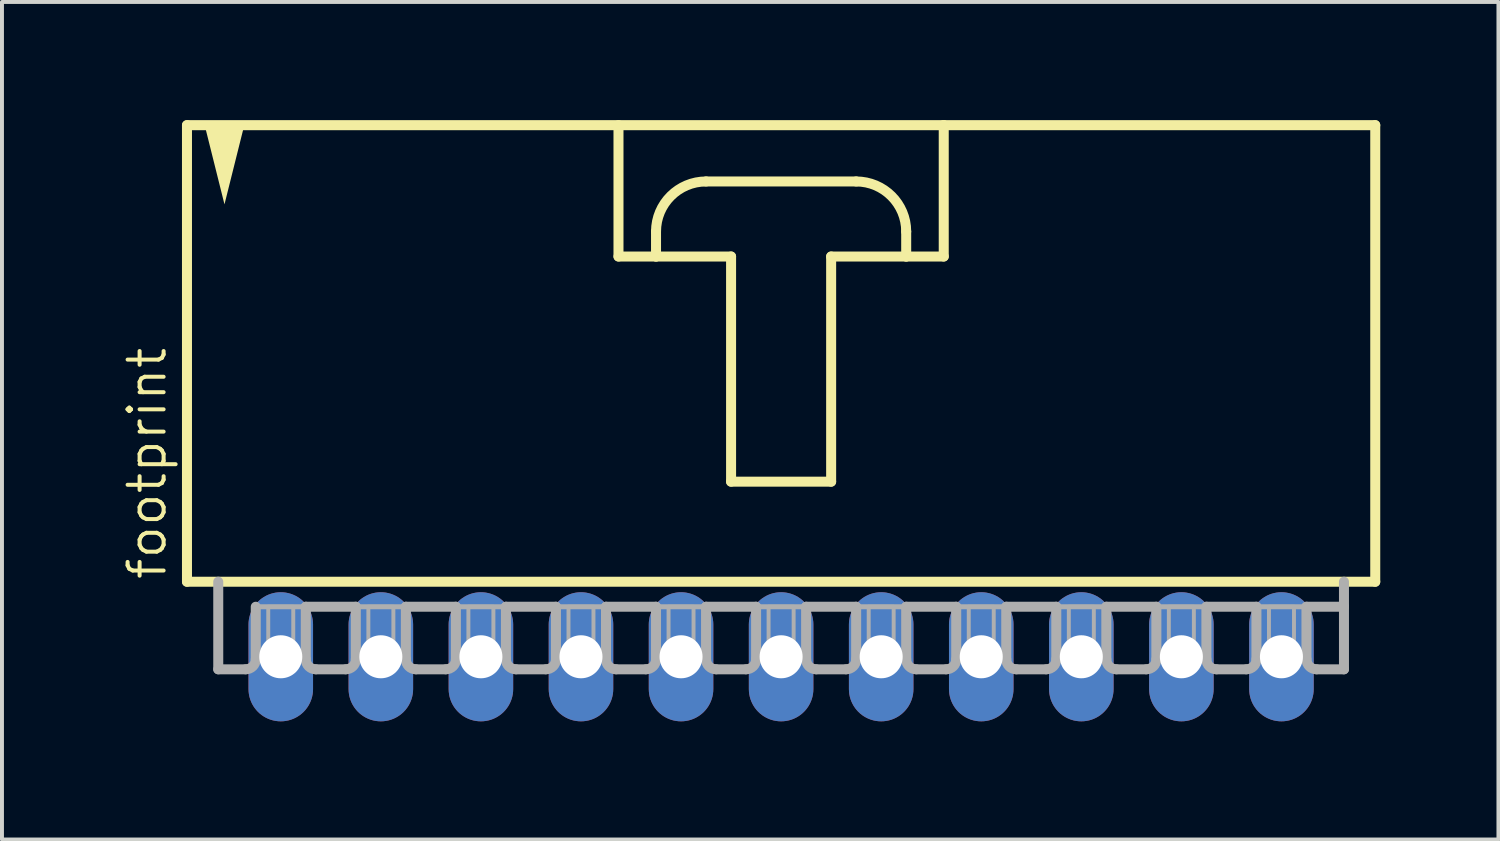
<source format=kicad_pcb>
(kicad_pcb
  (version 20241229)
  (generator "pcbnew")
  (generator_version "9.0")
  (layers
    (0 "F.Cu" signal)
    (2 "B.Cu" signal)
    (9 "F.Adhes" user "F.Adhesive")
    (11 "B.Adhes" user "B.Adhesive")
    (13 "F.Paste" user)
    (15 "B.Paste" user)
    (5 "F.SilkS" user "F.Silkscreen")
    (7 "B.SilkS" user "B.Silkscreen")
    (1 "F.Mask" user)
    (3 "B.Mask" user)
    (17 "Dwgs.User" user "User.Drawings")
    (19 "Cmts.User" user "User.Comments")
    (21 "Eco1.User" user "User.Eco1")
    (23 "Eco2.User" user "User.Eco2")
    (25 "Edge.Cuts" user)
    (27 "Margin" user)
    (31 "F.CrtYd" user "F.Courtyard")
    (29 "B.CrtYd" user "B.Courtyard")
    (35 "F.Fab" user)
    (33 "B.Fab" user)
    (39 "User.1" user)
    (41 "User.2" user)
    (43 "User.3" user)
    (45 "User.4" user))
  (footprint "footprint"
    (layer "F.Cu")
    (at 16.777 6.001)
    (property "Reference" "footprint" (at -15.557 5.715 90) (layer "F.SilkS") (effects (font (size 0.914 0.914) (thickness 0.102)) (justify left bottom)))
    (fp_line (start -15.081 -5.874) (end -15.081 5.715) (stroke (width 0.254) (type solid)) (layer "F.SilkS"))
    (fp_line (start -15.081 5.715) (end 15.081 5.715) (stroke (width 0.254) (type solid)) (layer "F.SilkS"))
    (fp_line (start -4.128 -5.874) (end -4.128 -2.54) (stroke (width 0.254) (type solid)) (layer "F.SilkS"))
    (fp_line (start -4.128 -2.54) (end -3.175 -2.54) (stroke (width 0.254) (type solid)) (layer "F.SilkS"))
    (fp_line (start -3.175 -2.54) (end -3.175 -3.175) (stroke (width 0.254) (type solid)) (layer "F.SilkS"))
    (fp_line (start -3.175 -2.54) (end -1.27 -2.54) (stroke (width 0.254) (type solid)) (layer "F.SilkS"))
    (fp_line (start -1.905 -4.445) (end 1.905 -4.445) (stroke (width 0.254) (type solid)) (layer "F.SilkS"))
    (fp_line (start -1.27 -2.54) (end -1.27 3.175) (stroke (width 0.254) (type solid)) (layer "F.SilkS"))
    (fp_line (start -1.27 3.175) (end 1.27 3.175) (stroke (width 0.254) (type solid)) (layer "F.SilkS"))
    (fp_line (start 1.27 -2.54) (end 3.175 -2.54) (stroke (width 0.254) (type solid)) (layer "F.SilkS"))
    (fp_line (start 1.27 3.175) (end 1.27 -2.54) (stroke (width 0.254) (type solid)) (layer "F.SilkS"))
    (fp_line (start 3.175 -3.175) (end 3.175 -2.54) (stroke (width 0.254) (type solid)) (layer "F.SilkS"))
    (fp_line (start 3.175 -2.54) (end 4.128 -2.54) (stroke (width 0.254) (type solid)) (layer "F.SilkS"))
    (fp_line (start 4.128 -5.874) (end -15.081 -5.874) (stroke (width 0.254) (type solid)) (layer "F.SilkS"))
    (fp_line (start 4.128 -2.54) (end 4.128 -5.874) (stroke (width 0.254) (type solid)) (layer "F.SilkS"))
    (fp_line (start 15.081 -5.874) (end 4.128 -5.874) (stroke (width 0.254) (type solid)) (layer "F.SilkS"))
    (fp_line (start 15.081 5.715) (end 15.081 -5.874) (stroke (width 0.254) (type solid)) (layer "F.SilkS"))
    (fp_arc (start -3.175 -3.175) (mid -2.803026 -4.073026) (end -1.905 -4.445) (stroke (width 0.254) (type solid)) (layer "F.SilkS"))
    (fp_arc (start 1.905 -4.445) (mid 2.803026 -4.073026) (end 3.175 -3.175) (stroke (width 0.254) (type solid)) (layer "F.SilkS"))
    (fp_poly (pts (xy -14.129 -3.864) (xy -14.638 -5.899) (xy -13.62 -5.899)) (stroke (width 0) (type solid)) (fill yes) (layer "F.SilkS"))
    (fp_line (start -14.287 5.715) (end -14.287 7.938) (stroke (width 0.254) (type solid)) (layer "F.Fab"))
    (fp_line (start -13.589 7.938) (end -14.287 7.938) (stroke (width 0.254) (type solid)) (layer "F.Fab"))
    (fp_line (start -13.335 6.35) (end -13.335 7.684) (stroke (width 0.254) (type solid)) (layer "F.Fab"))
    (fp_line (start -13.335 6.35) (end -12.065 6.35) (stroke (width 0.127) (type solid)) (layer "F.Fab"))
    (fp_line (start -12.065 6.35) (end -12.065 7.684) (stroke (width 0.254) (type solid)) (layer "F.Fab"))
    (fp_line (start -12.065 6.35) (end -10.795 6.35) (stroke (width 0.254) (type solid)) (layer "F.Fab"))
    (fp_line (start -11.049 7.938) (end -11.811 7.938) (stroke (width 0.254) (type solid)) (layer "F.Fab"))
    (fp_line (start -10.795 6.35) (end -10.795 7.684) (stroke (width 0.254) (type solid)) (layer "F.Fab"))
    (fp_line (start -10.795 6.35) (end -9.525 6.35) (stroke (width 0.127) (type solid)) (layer "F.Fab"))
    (fp_line (start -9.525 6.35) (end -9.525 7.684) (stroke (width 0.254) (type solid)) (layer "F.Fab"))
    (fp_line (start -9.525 6.35) (end -8.255 6.35) (stroke (width 0.254) (type solid)) (layer "F.Fab"))
    (fp_line (start -8.509 7.938) (end -9.271 7.938) (stroke (width 0.254) (type solid)) (layer "F.Fab"))
    (fp_line (start -8.255 6.35) (end -8.255 7.684) (stroke (width 0.254) (type solid)) (layer "F.Fab"))
    (fp_line (start -8.255 6.35) (end -6.985 6.35) (stroke (width 0.127) (type solid)) (layer "F.Fab"))
    (fp_line (start -6.985 6.35) (end -6.985 7.684) (stroke (width 0.254) (type solid)) (layer "F.Fab"))
    (fp_line (start -6.985 6.35) (end -5.715 6.35) (stroke (width 0.254) (type solid)) (layer "F.Fab"))
    (fp_line (start -5.969 7.938) (end -6.731 7.938) (stroke (width 0.254) (type solid)) (layer "F.Fab"))
    (fp_line (start -5.715 6.35) (end -5.715 7.684) (stroke (width 0.254) (type solid)) (layer "F.Fab"))
    (fp_line (start -5.715 6.35) (end -4.445 6.35) (stroke (width 0.127) (type solid)) (layer "F.Fab"))
    (fp_line (start -4.445 6.35) (end -4.445 7.684) (stroke (width 0.254) (type solid)) (layer "F.Fab"))
    (fp_line (start -4.445 6.35) (end -3.175 6.35) (stroke (width 0.254) (type solid)) (layer "F.Fab"))
    (fp_line (start -3.429 7.938) (end -4.191 7.938) (stroke (width 0.254) (type solid)) (layer "F.Fab"))
    (fp_line (start -3.175 6.35) (end -3.175 7.684) (stroke (width 0.254) (type solid)) (layer "F.Fab"))
    (fp_line (start -3.175 6.35) (end -1.905 6.35) (stroke (width 0.127) (type solid)) (layer "F.Fab"))
    (fp_line (start -1.905 6.35) (end -1.905 7.684) (stroke (width 0.254) (type solid)) (layer "F.Fab"))
    (fp_line (start -1.905 6.35) (end -0.635 6.35) (stroke (width 0.254) (type solid)) (layer "F.Fab"))
    (fp_line (start -0.889 7.938) (end -1.651 7.938) (stroke (width 0.254) (type solid)) (layer "F.Fab"))
    (fp_line (start -0.635 6.35) (end -0.635 7.684) (stroke (width 0.254) (type solid)) (layer "F.Fab"))
    (fp_line (start -0.635 6.35) (end 0.635 6.35) (stroke (width 0.127) (type solid)) (layer "F.Fab"))
    (fp_line (start 0.635 6.35) (end 0.635 7.684) (stroke (width 0.254) (type solid)) (layer "F.Fab"))
    (fp_line (start 0.635 6.35) (end 1.905 6.35) (stroke (width 0.254) (type solid)) (layer "F.Fab"))
    (fp_line (start 1.651 7.938) (end 0.889 7.938) (stroke (width 0.254) (type solid)) (layer "F.Fab"))
    (fp_line (start 1.905 6.35) (end 1.905 7.684) (stroke (width 0.254) (type solid)) (layer "F.Fab"))
    (fp_line (start 1.905 6.35) (end 3.175 6.35) (stroke (width 0.127) (type solid)) (layer "F.Fab"))
    (fp_line (start 3.175 6.35) (end 3.175 7.684) (stroke (width 0.254) (type solid)) (layer "F.Fab"))
    (fp_line (start 3.175 6.35) (end 4.445 6.35) (stroke (width 0.254) (type solid)) (layer "F.Fab"))
    (fp_line (start 4.191 7.938) (end 3.429 7.938) (stroke (width 0.254) (type solid)) (layer "F.Fab"))
    (fp_line (start 4.445 6.35) (end 4.445 7.684) (stroke (width 0.254) (type solid)) (layer "F.Fab"))
    (fp_line (start 4.445 6.35) (end 5.715 6.35) (stroke (width 0.127) (type solid)) (layer "F.Fab"))
    (fp_line (start 5.715 6.35) (end 5.715 7.684) (stroke (width 0.254) (type solid)) (layer "F.Fab"))
    (fp_line (start 5.715 6.35) (end 6.985 6.35) (stroke (width 0.254) (type solid)) (layer "F.Fab"))
    (fp_line (start 6.731 7.938) (end 5.969 7.938) (stroke (width 0.254) (type solid)) (layer "F.Fab"))
    (fp_line (start 6.985 6.35) (end 6.985 7.684) (stroke (width 0.254) (type solid)) (layer "F.Fab"))
    (fp_line (start 6.985 6.35) (end 8.255 6.35) (stroke (width 0.127) (type solid)) (layer "F.Fab"))
    (fp_line (start 8.255 6.35) (end 8.255 7.684) (stroke (width 0.254) (type solid)) (layer "F.Fab"))
    (fp_line (start 8.255 6.35) (end 9.525 6.35) (stroke (width 0.254) (type solid)) (layer "F.Fab"))
    (fp_line (start 9.271 7.938) (end 8.509 7.938) (stroke (width 0.254) (type solid)) (layer "F.Fab"))
    (fp_line (start 9.525 6.35) (end 9.525 7.684) (stroke (width 0.254) (type solid)) (layer "F.Fab"))
    (fp_line (start 9.525 6.35) (end 10.795 6.35) (stroke (width 0.127) (type solid)) (layer "F.Fab"))
    (fp_line (start 10.795 6.35) (end 10.795 7.684) (stroke (width 0.254) (type solid)) (layer "F.Fab"))
    (fp_line (start 10.795 6.35) (end 12.065 6.35) (stroke (width 0.254) (type solid)) (layer "F.Fab"))
    (fp_line (start 11.811 7.938) (end 11.049 7.938) (stroke (width 0.254) (type solid)) (layer "F.Fab"))
    (fp_line (start 12.065 6.35) (end 12.065 7.684) (stroke (width 0.254) (type solid)) (layer "F.Fab"))
    (fp_line (start 12.065 6.35) (end 13.335 6.35) (stroke (width 0.127) (type solid)) (layer "F.Fab"))
    (fp_line (start 13.335 6.35) (end 13.335 7.684) (stroke (width 0.254) (type solid)) (layer "F.Fab"))
    (fp_line (start 13.335 6.35) (end 14.287 6.35) (stroke (width 0.254) (type solid)) (layer "F.Fab"))
    (fp_line (start 13.589 7.938) (end 14.287 7.938) (stroke (width 0.254) (type solid)) (layer "F.Fab"))
    (fp_line (start 14.287 6.35) (end 14.287 5.715) (stroke (width 0.254) (type solid)) (layer "F.Fab"))
    (fp_line (start 14.287 7.938) (end 14.287 6.35) (stroke (width 0.254) (type solid)) (layer "F.Fab"))
    (fp_arc (start -13.335 7.6835) (mid -13.409395 7.863105) (end -13.589 7.9375) (stroke (width 0.254) (type solid)) (layer "F.Fab"))
    (fp_arc (start -11.811 7.9375) (mid -11.990605 7.863105) (end -12.065 7.6835) (stroke (width 0.254) (type solid)) (layer "F.Fab"))
    (fp_arc (start -10.795 7.6835) (mid -10.869395 7.863105) (end -11.049 7.9375) (stroke (width 0.254) (type solid)) (layer "F.Fab"))
    (fp_arc (start -9.271 7.9375) (mid -9.450605 7.863105) (end -9.525 7.6835) (stroke (width 0.254) (type solid)) (layer "F.Fab"))
    (fp_arc (start -8.255 7.6835) (mid -8.329395 7.863105) (end -8.509 7.9375) (stroke (width 0.254) (type solid)) (layer "F.Fab"))
    (fp_arc (start -6.731 7.9375) (mid -6.910605 7.863105) (end -6.985 7.6835) (stroke (width 0.254) (type solid)) (layer "F.Fab"))
    (fp_arc (start -5.715 7.6835) (mid -5.789395 7.863105) (end -5.969 7.9375) (stroke (width 0.254) (type solid)) (layer "F.Fab"))
    (fp_arc (start -4.191 7.9375) (mid -4.370605 7.863105) (end -4.445 7.6835) (stroke (width 0.254) (type solid)) (layer "F.Fab"))
    (fp_arc (start -3.175 7.6835) (mid -3.249395 7.863105) (end -3.429 7.9375) (stroke (width 0.254) (type solid)) (layer "F.Fab"))
    (fp_arc (start -1.651 7.9375) (mid -1.830605 7.863105) (end -1.905 7.6835) (stroke (width 0.254) (type solid)) (layer "F.Fab"))
    (fp_arc (start -0.635 7.6835) (mid -0.709395 7.863105) (end -0.889 7.9375) (stroke (width 0.254) (type solid)) (layer "F.Fab"))
    (fp_arc (start 0.889 7.9375) (mid 0.709395 7.863105) (end 0.635 7.6835) (stroke (width 0.254) (type solid)) (layer "F.Fab"))
    (fp_arc (start 1.905 7.6835) (mid 1.830605 7.863105) (end 1.651 7.9375) (stroke (width 0.254) (type solid)) (layer "F.Fab"))
    (fp_arc (start 3.429 7.9375) (mid 3.249395 7.863105) (end 3.175 7.6835) (stroke (width 0.254) (type solid)) (layer "F.Fab"))
    (fp_arc (start 4.445 7.6835) (mid 4.370605 7.863105) (end 4.191 7.9375) (stroke (width 0.254) (type solid)) (layer "F.Fab"))
    (fp_arc (start 5.969 7.9375) (mid 5.789395 7.863105) (end 5.715 7.6835) (stroke (width 0.254) (type solid)) (layer "F.Fab"))
    (fp_arc (start 6.985 7.6835) (mid 6.910605 7.863105) (end 6.731 7.9375) (stroke (width 0.254) (type solid)) (layer "F.Fab"))
    (fp_arc (start 8.509 7.9375) (mid 8.329395 7.863105) (end 8.255 7.6835) (stroke (width 0.254) (type solid)) (layer "F.Fab"))
    (fp_arc (start 9.525 7.6835) (mid 9.450605 7.863105) (end 9.271 7.9375) (stroke (width 0.254) (type solid)) (layer "F.Fab"))
    (fp_arc (start 11.049 7.9375) (mid 10.869395 7.863105) (end 10.795 7.6835) (stroke (width 0.254) (type solid)) (layer "F.Fab"))
    (fp_arc (start 12.065 7.6835) (mid 11.990605 7.863105) (end 11.811 7.9375) (stroke (width 0.254) (type solid)) (layer "F.Fab"))
    (fp_arc (start 13.589 7.9375) (mid 13.409395 7.863105) (end 13.335 7.6835) (stroke (width 0.254) (type solid)) (layer "F.Fab"))
    (fp_poly (pts (xy -13.018 7.62) (xy -12.383 7.62) (xy -12.383 6.35) (xy -13.018 6.35)) (stroke (width 0.1) (type solid)) (fill no) (layer "F.Fab"))
    (fp_poly (pts (xy -10.477 7.62) (xy -9.842 7.62) (xy -9.842 6.35) (xy -10.477 6.35)) (stroke (width 0.1) (type solid)) (fill no) (layer "F.Fab"))
    (fp_poly (pts (xy -7.938 7.62) (xy -7.303 7.62) (xy -7.303 6.35) (xy -7.938 6.35)) (stroke (width 0.1) (type solid)) (fill no) (layer "F.Fab"))
    (fp_poly (pts (xy -5.397 7.62) (xy -4.763 7.62) (xy -4.763 6.35) (xy -5.397 6.35)) (stroke (width 0.1) (type solid)) (fill no) (layer "F.Fab"))
    (fp_poly (pts (xy -2.857 7.62) (xy -2.223 7.62) (xy -2.223 6.35) (xy -2.857 6.35)) (stroke (width 0.1) (type solid)) (fill no) (layer "F.Fab"))
    (fp_poly (pts (xy -0.318 7.62) (xy 0.318 7.62) (xy 0.318 6.35) (xy -0.318 6.35)) (stroke (width 0.1) (type solid)) (fill no) (layer "F.Fab"))
    (fp_poly (pts (xy 2.223 7.62) (xy 2.857 7.62) (xy 2.857 6.35) (xy 2.223 6.35)) (stroke (width 0.1) (type solid)) (fill no) (layer "F.Fab"))
    (fp_poly (pts (xy 4.763 7.62) (xy 5.397 7.62) (xy 5.397 6.35) (xy 4.763 6.35)) (stroke (width 0.1) (type solid)) (fill no) (layer "F.Fab"))
    (fp_poly (pts (xy 7.303 7.62) (xy 7.938 7.62) (xy 7.938 6.35) (xy 7.303 6.35)) (stroke (width 0.1) (type solid)) (fill no) (layer "F.Fab"))
    (fp_poly (pts (xy 9.842 7.62) (xy 10.477 7.62) (xy 10.477 6.35) (xy 9.842 6.35)) (stroke (width 0.1) (type solid)) (fill no) (layer "F.Fab"))
    (fp_poly (pts (xy 12.383 7.62) (xy 13.018 7.62) (xy 13.018 6.35) (xy 12.383 6.35)) (stroke (width 0.1) (type solid)) (fill no) (layer "F.Fab"))
    (pad "1" thru_hole oval (at -12.7 7.62 90) (size 3.277 1.638) (drill 1.092) (layers "*.Cu" "*.Mask"))
    (pad "2" thru_hole oval (at -10.16 7.62 90) (size 3.277 1.638) (drill 1.092) (layers "*.Cu" "*.Mask"))
    (pad "3" thru_hole oval (at -7.62 7.62 90) (size 3.277 1.638) (drill 1.092) (layers "*.Cu" "*.Mask"))
    (pad "4" thru_hole oval (at -5.08 7.62 90) (size 3.277 1.638) (drill 1.092) (layers "*.Cu" "*.Mask"))
    (pad "5" thru_hole oval (at -2.54 7.62 90) (size 3.277 1.638) (drill 1.092) (layers "*.Cu" "*.Mask"))
    (pad "6" thru_hole oval (at 0 7.62 90) (size 3.277 1.638) (drill 1.092) (layers "*.Cu" "*.Mask"))
    (pad "7" thru_hole oval (at 2.54 7.62 90) (size 3.277 1.638) (drill 1.092) (layers "*.Cu" "*.Mask"))
    (pad "8" thru_hole oval (at 5.08 7.62 90) (size 3.277 1.638) (drill 1.092) (layers "*.Cu" "*.Mask"))
    (pad "9" thru_hole oval (at 7.62 7.62 90) (size 3.277 1.638) (drill 1.092) (layers "*.Cu" "*.Mask"))
    (pad "10" thru_hole oval (at 10.16 7.62 90) (size 3.277 1.638) (drill 1.092) (layers "*.Cu" "*.Mask"))
    (pad "11" thru_hole oval (at 12.7 7.62 90) (size 3.277 1.638) (drill 1.092) (layers "*.Cu" "*.Mask")))
  (gr_rect
    (start -3 -3)
    (end 34.985 18.259)
    (stroke (width 0.1) (type default))
    (fill no)
    (layer "Edge.Cuts")))
</source>
